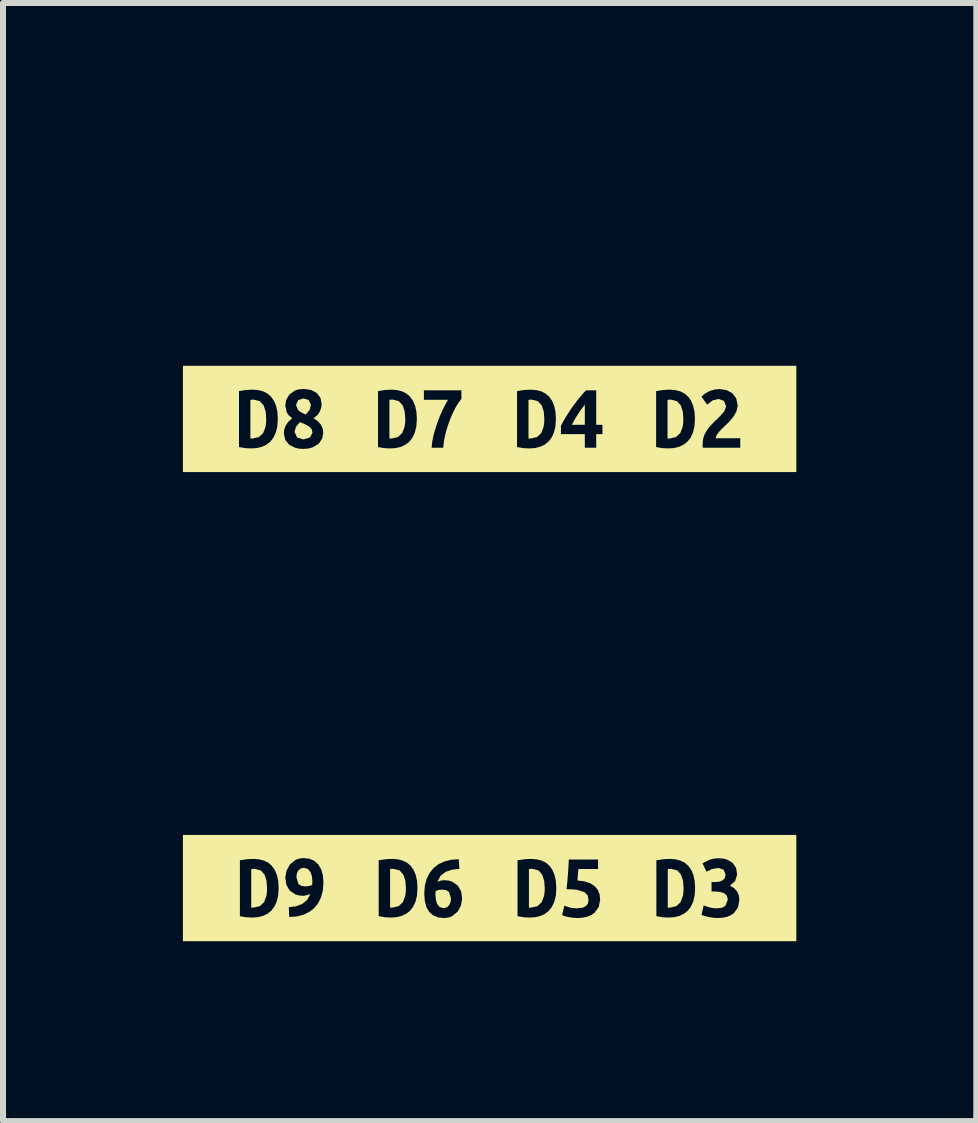
<source format=kicad_pcb>
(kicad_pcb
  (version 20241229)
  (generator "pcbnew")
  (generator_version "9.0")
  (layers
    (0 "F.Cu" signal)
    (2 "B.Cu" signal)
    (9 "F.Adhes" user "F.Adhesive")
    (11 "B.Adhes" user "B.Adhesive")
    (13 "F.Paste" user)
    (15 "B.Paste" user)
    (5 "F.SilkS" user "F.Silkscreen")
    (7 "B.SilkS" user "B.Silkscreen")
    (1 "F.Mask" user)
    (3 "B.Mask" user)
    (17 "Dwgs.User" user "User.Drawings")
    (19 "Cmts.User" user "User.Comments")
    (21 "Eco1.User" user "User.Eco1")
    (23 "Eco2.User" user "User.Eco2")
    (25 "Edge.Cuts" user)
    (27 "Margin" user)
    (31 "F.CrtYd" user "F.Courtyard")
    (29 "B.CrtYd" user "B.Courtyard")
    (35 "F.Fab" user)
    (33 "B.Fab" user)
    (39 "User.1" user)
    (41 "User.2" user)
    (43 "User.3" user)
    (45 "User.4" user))
  (footprint "kibuzzard-6640BFA2"
    (layer "F.Cu")
    (at 5.114 3.935)
    (property "Reference" "kibuzzard-6640BFA2" (at 0 -3.934 0) (layer "F.SilkS") (effects (font (size 0.001 0.001) (thickness 0.15))))
    (attr board_only exclude_from_pos_files exclude_from_bom)
    (fp_poly (pts (xy 1.587 -0.239) (xy 1.53 -0.163) (xy 1.472 -0.079) (xy 1.417 0.01) (xy 1.371 0.098) (xy 1.587 0.098) (xy 1.587 -0.239)) (stroke (width 0) (type solid)) (fill yes) (layer "F.SilkS"))
    (fp_poly (pts (xy -3.104 -0.342) (xy -3.191 -0.315) (xy -3.229 -0.233) (xy -3.193 -0.145) (xy -3.144 -0.11) (xy -3.068 -0.073) (xy -3 -0.151) (xy -2.98 -0.234) (xy -3.016 -0.315) (xy -3.104 -0.342)) (stroke (width 0) (type solid)) (fill yes) (layer "F.SilkS"))
    (fp_poly (pts (xy -2.954 0.23) (xy -2.965 0.175) (xy -3.002 0.133) (xy -3.068 0.094) (xy -3.164 0.053) (xy -3.23 0.133) (xy -3.253 0.217) (xy -3.209 0.311) (xy -3.105 0.342) (xy -2.995 0.309) (xy -2.954 0.23)) (stroke (width 0) (type solid)) (fill yes) (layer "F.SilkS"))
    (fp_poly (pts (xy -3.989 0.325) (xy -3.972 0.327) (xy -3.955 0.327) (xy -3.846 0.302) (xy -3.775 0.234) (xy -3.736 0.131) (xy -3.728 0.069) (xy -3.725 0.001) (xy -3.734 -0.12) (xy -3.767 -0.223) (xy -3.83 -0.295) (xy -3.934 -0.322) (xy -3.961 -0.321) (xy -3.989 -0.318) (xy -3.989 0.325)) (stroke (width 0) (type solid)) (fill yes) (layer "F.SilkS"))
    (fp_poly (pts (xy -1.671 0.325) (xy -1.654 0.327) (xy -1.637 0.327) (xy -1.528 0.302) (xy -1.457 0.234) (xy -1.418 0.131) (xy -1.409 0.069) (xy -1.406 0.001) (xy -1.416 -0.12) (xy -1.448 -0.223) (xy -1.512 -0.295) (xy -1.615 -0.322) (xy -1.643 -0.321) (xy -1.671 -0.318) (xy -1.671 0.325)) (stroke (width 0) (type solid)) (fill yes) (layer "F.SilkS"))
    (fp_poly (pts (xy 0.648 0.325) (xy 0.665 0.327) (xy 0.682 0.327) (xy 0.791 0.302) (xy 0.862 0.234) (xy 0.9 0.131) (xy 0.909 0.069) (xy 0.912 0.001) (xy 0.903 -0.12) (xy 0.87 -0.223) (xy 0.807 -0.295) (xy 0.703 -0.322) (xy 0.675 -0.321) (xy 0.648 -0.318) (xy 0.648 0.325)) (stroke (width 0) (type solid)) (fill yes) (layer "F.SilkS"))
    (fp_poly (pts (xy 2.966 0.325) (xy 2.983 0.327) (xy 3 0.327) (xy 3.109 0.302) (xy 3.18 0.234) (xy 3.219 0.131) (xy 3.227 0.069) (xy 3.23 0.001) (xy 3.221 -0.12) (xy 3.189 -0.223) (xy 3.125 -0.295) (xy 3.022 -0.322) (xy 2.994 -0.321) (xy 2.966 -0.318) (xy 2.966 0.325)) (stroke (width 0) (type solid)) (fill yes) (layer "F.SilkS"))
    (fp_poly (pts (xy -4.727 -0.886) (xy -5.114 -0.886) (xy -5.114 0.886) (xy -4.727 0.886) (xy -3.975 0.886) (xy -3.975 0.492) (xy -4.075 0.487) (xy -4.179 0.469) (xy -4.179 -0.464) (xy -4.057 -0.483) (xy -3.951 -0.488) (xy -3.86 -0.481) (xy -3.778 -0.46) (xy -3.706 -0.424) (xy -3.646 -0.372) (xy -3.598 -0.305) (xy -3.562 -0.221) (xy -3.539 -0.12) (xy -3.532 0.001) (xy -3.54 0.124) (xy -3.565 0.227) (xy -3.605 0.312) (xy -3.657 0.379) (xy -3.721 0.43) (xy -3.797 0.465) (xy -3.882 0.486) (xy -3.975 0.492) (xy -3.975 0.886) (xy -3.108 0.886) (xy -3.108 0.5) (xy -3.178 0.496) (xy -3.24 0.482) (xy -3.342 0.431) (xy -3.408 0.349) (xy -3.431 0.24) (xy -3.423 0.17) (xy -3.397 0.104) (xy -3.354 0.043) (xy -3.291 -0.01) (xy -3.348 -0.058) (xy -3.383 -0.109) (xy -3.408 -0.22) (xy -3.392 -0.317) (xy -3.34 -0.407) (xy -3.246 -0.474) (xy -3.18 -0.493) (xy -3.1 -0.5) (xy -2.977 -0.483) (xy -2.882 -0.432) (xy -2.821 -0.352) (xy -2.801 -0.25) (xy -2.809 -0.184) (xy -2.833 -0.119) (xy -2.875 -0.06) (xy -2.935 -0.012) (xy -2.86 0.042) (xy -2.811 0.1) (xy -2.783 0.163) (xy -2.774 0.233) (xy -2.792 0.327) (xy -2.849 0.413) (xy -2.952 0.475) (xy -3.023 0.494) (xy -3.108 0.5) (xy -3.108 0.886) (xy -1.657 0.886) (xy -1.657 0.492) (xy -1.757 0.487) (xy -1.861 0.469) (xy -1.861 -0.464) (xy -1.739 -0.483) (xy -1.632 -0.488) (xy -1.542 -0.481) (xy -1.46 -0.46) (xy -1.388 -0.424) (xy -1.328 -0.372) (xy -1.28 -0.305) (xy -1.243 -0.221) (xy -1.221 -0.12) (xy -1.213 0.001) (xy -1.222 0.124) (xy -1.247 0.227) (xy -1.286 0.312) (xy -1.338 0.379) (xy -1.403 0.43) (xy -1.478 0.465) (xy -1.564 0.486) (xy -1.657 0.492) (xy -1.657 0.886) (xy -0.968 0.886) (xy -0.968 0.48) (xy -0.957 0.378) (xy -0.935 0.27) (xy -0.904 0.161) (xy -0.868 0.052) (xy -0.827 -0.054) (xy -0.782 -0.153) (xy -0.737 -0.243) (xy -0.694 -0.319) (xy -1.096 -0.319) (xy -1.096 -0.477) (xy -0.471 -0.477) (xy -0.471 -0.333) (xy -0.515 -0.276) (xy -0.563 -0.199) (xy -0.611 -0.106) (xy -0.656 -0.002) (xy -0.697 0.111) (xy -0.733 0.232) (xy -0.76 0.356) (xy -0.774 0.48) (xy -0.968 0.48) (xy -0.968 0.886) (xy 0.662 0.886) (xy 0.662 0.492) (xy 0.562 0.487) (xy 0.457 0.469) (xy 0.457 -0.464) (xy 0.58 -0.483) (xy 0.686 -0.488) (xy 0.776 -0.481) (xy 0.859 -0.46) (xy 0.931 -0.424) (xy 0.991 -0.372) (xy 1.039 -0.305) (xy 1.075 -0.221) (xy 1.098 -0.12) (xy 1.105 0.001) (xy 1.097 0.124) (xy 1.072 0.227) (xy 1.032 0.312) (xy 0.98 0.379) (xy 0.916 0.43) (xy 0.84 0.465) (xy 0.755 0.486) (xy 0.662 0.492) (xy 0.662 0.886) (xy 1.777 0.886) (xy 1.777 0.48) (xy 1.587 0.48) (xy 1.587 0.254) (xy 1.189 0.254) (xy 1.189 0.115) (xy 1.222 0.051) (xy 1.264 -0.022) (xy 1.313 -0.099) (xy 1.366 -0.179) (xy 1.423 -0.258) (xy 1.484 -0.337) (xy 1.546 -0.411) (xy 1.607 -0.477) (xy 1.777 -0.477) (xy 1.777 0.098) (xy 1.881 0.098) (xy 1.881 0.254) (xy 1.777 0.254) (xy 1.777 0.48) (xy 1.777 0.886) (xy 2.98 0.886) (xy 2.98 0.492) (xy 2.88 0.487) (xy 2.776 0.469) (xy 2.776 -0.464) (xy 2.898 -0.483) (xy 3.005 -0.488) (xy 3.095 -0.481) (xy 3.177 -0.46) (xy 3.249 -0.424) (xy 3.309 -0.372) (xy 3.357 -0.305) (xy 3.393 -0.221) (xy 3.416 -0.12) (xy 3.423 0.001) (xy 3.415 0.124) (xy 3.39 0.227) (xy 3.351 0.312) (xy 3.298 0.379) (xy 3.234 0.43) (xy 3.158 0.465) (xy 3.073 0.486) (xy 2.98 0.492) (xy 2.98 0.886) (xy 4.179 0.886) (xy 4.179 0.48) (xy 3.555 0.48) (xy 3.551 0.441) (xy 3.552 0.409) (xy 3.559 0.335) (xy 3.58 0.267) (xy 3.613 0.204) (xy 3.653 0.147) (xy 3.699 0.094) (xy 3.747 0.045) (xy 3.796 -0.001) (xy 3.842 -0.046) (xy 3.914 -0.129) (xy 3.943 -0.211) (xy 3.907 -0.301) (xy 3.818 -0.333) (xy 3.723 -0.311) (xy 3.626 -0.239) (xy 3.532 -0.372) (xy 3.598 -0.428) (xy 3.675 -0.468) (xy 3.756 -0.491) (xy 3.836 -0.498) (xy 3.949 -0.481) (xy 4.045 -0.43) (xy 4.111 -0.345) (xy 4.136 -0.225) (xy 4.117 -0.13) (xy 4.068 -0.041) (xy 3.998 0.043) (xy 3.92 0.12) (xy 3.873 0.164) (xy 3.824 0.216) (xy 3.784 0.271) (xy 3.768 0.322) (xy 4.179 0.322) (xy 4.179 0.48) (xy 4.179 0.886) (xy 4.727 0.886) (xy 5.114 0.886) (xy 5.114 -0.886) (xy 4.727 -0.886) (xy -4.727 -0.886)) (stroke (width 0) (type solid)) (fill yes) (layer "F.SilkS")))
  (footprint "kibuzzard-6640BFC5"
    (layer "F.Cu")
    (at 5.114 11.757)
    (property "Reference" "kibuzzard-6640BFC5" (at 0 -3.934 0) (layer "F.SilkS") (effects (font (size 0.001 0.001) (thickness 0.15))))
    (attr board_only exclude_from_pos_files exclude_from_bom)
    (fp_poly (pts (xy -3.975 0.326) (xy -3.958 0.327) (xy -3.941 0.327) (xy -3.832 0.302) (xy -3.761 0.235) (xy -3.722 0.132) (xy -3.714 0.07) (xy -3.711 0.002) (xy -3.72 -0.119) (xy -3.752 -0.222) (xy -3.816 -0.294) (xy -3.919 -0.321) (xy -3.947 -0.32) (xy -3.975 -0.316) (xy -3.975 0.326)) (stroke (width 0) (type solid)) (fill yes) (layer "F.SilkS"))
    (fp_poly (pts (xy -1.66 0.326) (xy -1.643 0.327) (xy -1.626 0.327) (xy -1.517 0.302) (xy -1.446 0.235) (xy -1.407 0.132) (xy -1.399 0.07) (xy -1.396 0.002) (xy -1.405 -0.119) (xy -1.438 -0.222) (xy -1.501 -0.294) (xy -1.604 -0.321) (xy -1.632 -0.32) (xy -1.66 -0.316) (xy -1.66 0.326)) (stroke (width 0) (type solid)) (fill yes) (layer "F.SilkS"))
    (fp_poly (pts (xy 0.655 0.326) (xy 0.672 0.327) (xy 0.689 0.327) (xy 0.798 0.302) (xy 0.869 0.235) (xy 0.907 0.132) (xy 0.916 0.07) (xy 0.919 0.002) (xy 0.91 -0.119) (xy 0.877 -0.222) (xy 0.814 -0.294) (xy 0.711 -0.321) (xy 0.683 -0.32) (xy 0.655 -0.316) (xy 0.655 0.326)) (stroke (width 0) (type solid)) (fill yes) (layer "F.SilkS"))
    (fp_poly (pts (xy 2.97 0.326) (xy 2.987 0.327) (xy 3.004 0.327) (xy 3.113 0.302) (xy 3.184 0.235) (xy 3.222 0.132) (xy 3.231 0.07) (xy 3.234 0.002) (xy 3.225 -0.119) (xy 3.192 -0.222) (xy 3.129 -0.294) (xy 3.025 -0.321) (xy 2.998 -0.32) (xy 2.97 -0.316) (xy 2.97 0.326)) (stroke (width 0) (type solid)) (fill yes) (layer "F.SilkS"))
    (fp_poly (pts (xy -3.073 -0.028) (xy -3.012 -0.034) (xy -2.959 -0.051) (xy -2.957 -0.081) (xy -2.956 -0.116) (xy -2.963 -0.194) (xy -2.986 -0.265) (xy -3.029 -0.318) (xy -3.096 -0.338) (xy -3.154 -0.325) (xy -3.193 -0.29) (xy -3.215 -0.239) (xy -3.221 -0.177) (xy -3.188 -0.066) (xy -3.142 -0.037) (xy -3.073 -0.028)) (stroke (width 0) (type solid)) (fill yes) (layer "F.SilkS"))
    (fp_poly (pts (xy -0.789 0.026) (xy -0.85 0.032) (xy -0.9 0.049) (xy -0.903 0.077) (xy -0.904 0.106) (xy -0.897 0.192) (xy -0.876 0.265) (xy -0.833 0.317) (xy -0.766 0.336) (xy -0.711 0.321) (xy -0.673 0.282) (xy -0.651 0.231) (xy -0.644 0.177) (xy -0.677 0.066) (xy -0.721 0.036) (xy -0.789 0.026)) (stroke (width 0) (type solid)) (fill yes) (layer "F.SilkS"))
    (fp_poly (pts (xy -4.728 -0.886) (xy -5.114 -0.886) (xy -5.114 0.886) (xy -4.728 0.886) (xy -3.961 0.886) (xy -3.961 0.492) (xy -4.06 0.487) (xy -4.164 0.469) (xy -4.164 -0.463) (xy -4.042 -0.481) (xy -3.936 -0.486) (xy -3.846 -0.479) (xy -3.764 -0.458) (xy -3.692 -0.423) (xy -3.632 -0.371) (xy -3.584 -0.304) (xy -3.548 -0.22) (xy -3.525 -0.119) (xy -3.518 0.002) (xy -3.526 0.124) (xy -3.551 0.228) (xy -3.59 0.312) (xy -3.643 0.38) (xy -3.707 0.43) (xy -3.782 0.465) (xy -3.867 0.486) (xy -3.961 0.492) (xy -3.961 0.886) (xy -3.342 0.886) (xy -3.342 0.483) (xy -3.348 0.319) (xy -3.231 0.305) (xy -3.127 0.266) (xy -3.044 0.2) (xy -2.99 0.103) (xy -3.098 0.13) (xy -3.175 0.124) (xy -3.24 0.106) (xy -3.336 0.04) (xy -3.39 -0.056) (xy -3.407 -0.174) (xy -3.387 -0.288) (xy -3.33 -0.393) (xy -3.235 -0.47) (xy -3.173 -0.492) (xy -3.101 -0.5) (xy -3.002 -0.488) (xy -2.921 -0.452) (xy -2.856 -0.392) (xy -2.809 -0.311) (xy -2.78 -0.21) (xy -2.771 -0.091) (xy -2.781 0.04) (xy -2.811 0.155) (xy -2.86 0.254) (xy -2.926 0.335) (xy -3.008 0.399) (xy -3.106 0.445) (xy -3.218 0.474) (xy -3.342 0.483) (xy -3.342 0.886) (xy -1.646 0.886) (xy -1.646 0.492) (xy -1.745 0.487) (xy -1.85 0.469) (xy -1.85 -0.463) (xy -1.728 -0.481) (xy -1.621 -0.486) (xy -1.531 -0.479) (xy -1.449 -0.458) (xy -1.377 -0.423) (xy -1.317 -0.371) (xy -1.269 -0.304) (xy -1.233 -0.22) (xy -1.21 -0.119) (xy -1.203 0.002) (xy -1.211 0.124) (xy -1.236 0.228) (xy -1.276 0.312) (xy -1.328 0.38) (xy -1.392 0.43) (xy -1.468 0.465) (xy -1.553 0.486) (xy -1.646 0.492) (xy -1.646 0.886) (xy -0.762 0.886) (xy -0.762 0.5) (xy -0.86 0.489) (xy -0.942 0.456) (xy -1.006 0.4) (xy -1.053 0.322) (xy -1.081 0.218) (xy -1.09 0.09) (xy -1.08 -0.041) (xy -1.049 -0.156) (xy -1 -0.254) (xy -0.933 -0.335) (xy -0.85 -0.399) (xy -0.751 -0.444) (xy -0.639 -0.472) (xy -0.515 -0.481) (xy -0.504 -0.319) (xy -0.624 -0.307) (xy -0.732 -0.271) (xy -0.818 -0.205) (xy -0.871 -0.105) (xy -0.814 -0.124) (xy -0.765 -0.131) (xy -0.688 -0.125) (xy -0.623 -0.106) (xy -0.529 -0.04) (xy -0.475 0.057) (xy -0.459 0.174) (xy -0.477 0.287) (xy -0.532 0.392) (xy -0.626 0.47) (xy -0.688 0.492) (xy -0.762 0.5) (xy -0.762 0.886) (xy 0.669 0.886) (xy 0.669 0.492) (xy 0.569 0.487) (xy 0.465 0.469) (xy 0.465 -0.463) (xy 0.587 -0.481) (xy 0.694 -0.486) (xy 0.784 -0.479) (xy 0.866 -0.458) (xy 0.938 -0.423) (xy 0.998 -0.371) (xy 1.046 -0.304) (xy 1.082 -0.22) (xy 1.104 -0.119) (xy 1.112 0.002) (xy 1.104 0.124) (xy 1.079 0.228) (xy 1.039 0.312) (xy 0.987 0.38) (xy 0.923 0.43) (xy 0.847 0.465) (xy 0.762 0.486) (xy 0.669 0.492) (xy 0.669 0.886) (xy 1.465 0.886) (xy 1.465 0.5) (xy 1.39 0.495) (xy 1.316 0.484) (xy 1.252 0.468) (xy 1.208 0.451) (xy 1.246 0.293) (xy 1.333 0.324) (xy 1.392 0.334) (xy 1.464 0.338) (xy 1.556 0.326) (xy 1.613 0.294) (xy 1.641 0.25) (xy 1.649 0.199) (xy 1.636 0.126) (xy 1.583 0.069) (xy 1.471 0.032) (xy 1.388 0.022) (xy 1.282 0.019) (xy 1.296 -0.11) (xy 1.306 -0.235) (xy 1.314 -0.357) (xy 1.32 -0.475) (xy 1.808 -0.475) (xy 1.808 -0.318) (xy 1.479 -0.318) (xy 1.471 -0.215) (xy 1.464 -0.127) (xy 1.581 -0.111) (xy 1.676 -0.08) (xy 1.749 -0.034) (xy 1.802 0.027) (xy 1.833 0.102) (xy 1.843 0.191) (xy 1.82 0.314) (xy 1.749 0.412) (xy 1.696 0.449) (xy 1.63 0.477) (xy 1.554 0.494) (xy 1.465 0.5) (xy 1.465 0.886) (xy 2.984 0.886) (xy 2.984 0.492) (xy 2.884 0.487) (xy 2.78 0.469) (xy 2.78 -0.463) (xy 2.902 -0.481) (xy 3.008 -0.486) (xy 3.099 -0.479) (xy 3.181 -0.458) (xy 3.253 -0.423) (xy 3.312 -0.371) (xy 3.361 -0.304) (xy 3.397 -0.22) (xy 3.419 -0.119) (xy 3.427 0.002) (xy 3.418 0.124) (xy 3.394 0.228) (xy 3.354 0.312) (xy 3.302 0.38) (xy 3.237 0.43) (xy 3.162 0.465) (xy 3.077 0.486) (xy 2.984 0.492) (xy 2.984 0.886) (xy 3.797 0.886) (xy 3.797 0.5) (xy 3.722 0.495) (xy 3.647 0.481) (xy 3.579 0.465) (xy 3.532 0.448) (xy 3.569 0.289) (xy 3.66 0.321) (xy 3.722 0.334) (xy 3.796 0.338) (xy 3.878 0.328) (xy 3.932 0.296) (xy 3.971 0.193) (xy 3.956 0.129) (xy 3.911 0.087) (xy 3.843 0.065) (xy 3.758 0.057) (xy 3.7 0.057) (xy 3.7 -0.1) (xy 3.771 -0.1) (xy 3.829 -0.106) (xy 3.882 -0.127) (xy 3.92 -0.164) (xy 3.934 -0.222) (xy 3.903 -0.305) (xy 3.816 -0.335) (xy 3.708 -0.317) (xy 3.617 -0.273) (xy 3.549 -0.412) (xy 3.659 -0.468) (xy 3.732 -0.49) (xy 3.814 -0.497) (xy 3.889 -0.492) (xy 3.954 -0.477) (xy 4.052 -0.421) (xy 4.109 -0.335) (xy 4.127 -0.228) (xy 4.095 -0.119) (xy 4.008 -0.039) (xy 4.074 -0.000386) (xy 4.123 0.052) (xy 4.154 0.118) (xy 4.164 0.196) (xy 4.143 0.318) (xy 4.076 0.414) (xy 4.025 0.451) (xy 3.962 0.478) (xy 3.886 0.494) (xy 3.797 0.5) (xy 3.797 0.886) (xy 4.728 0.886) (xy 5.114 0.886) (xy 5.114 -0.886) (xy 4.728 -0.886) (xy -4.728 -0.886)) (stroke (width 0) (type solid)) (fill yes) (layer "F.SilkS")))
  (gr_rect
    (start -3 -3)
    (end 13.228 15.642)
    (stroke (width 0.1) (type default))
    (fill no)
    (layer "Edge.Cuts")))
</source>
